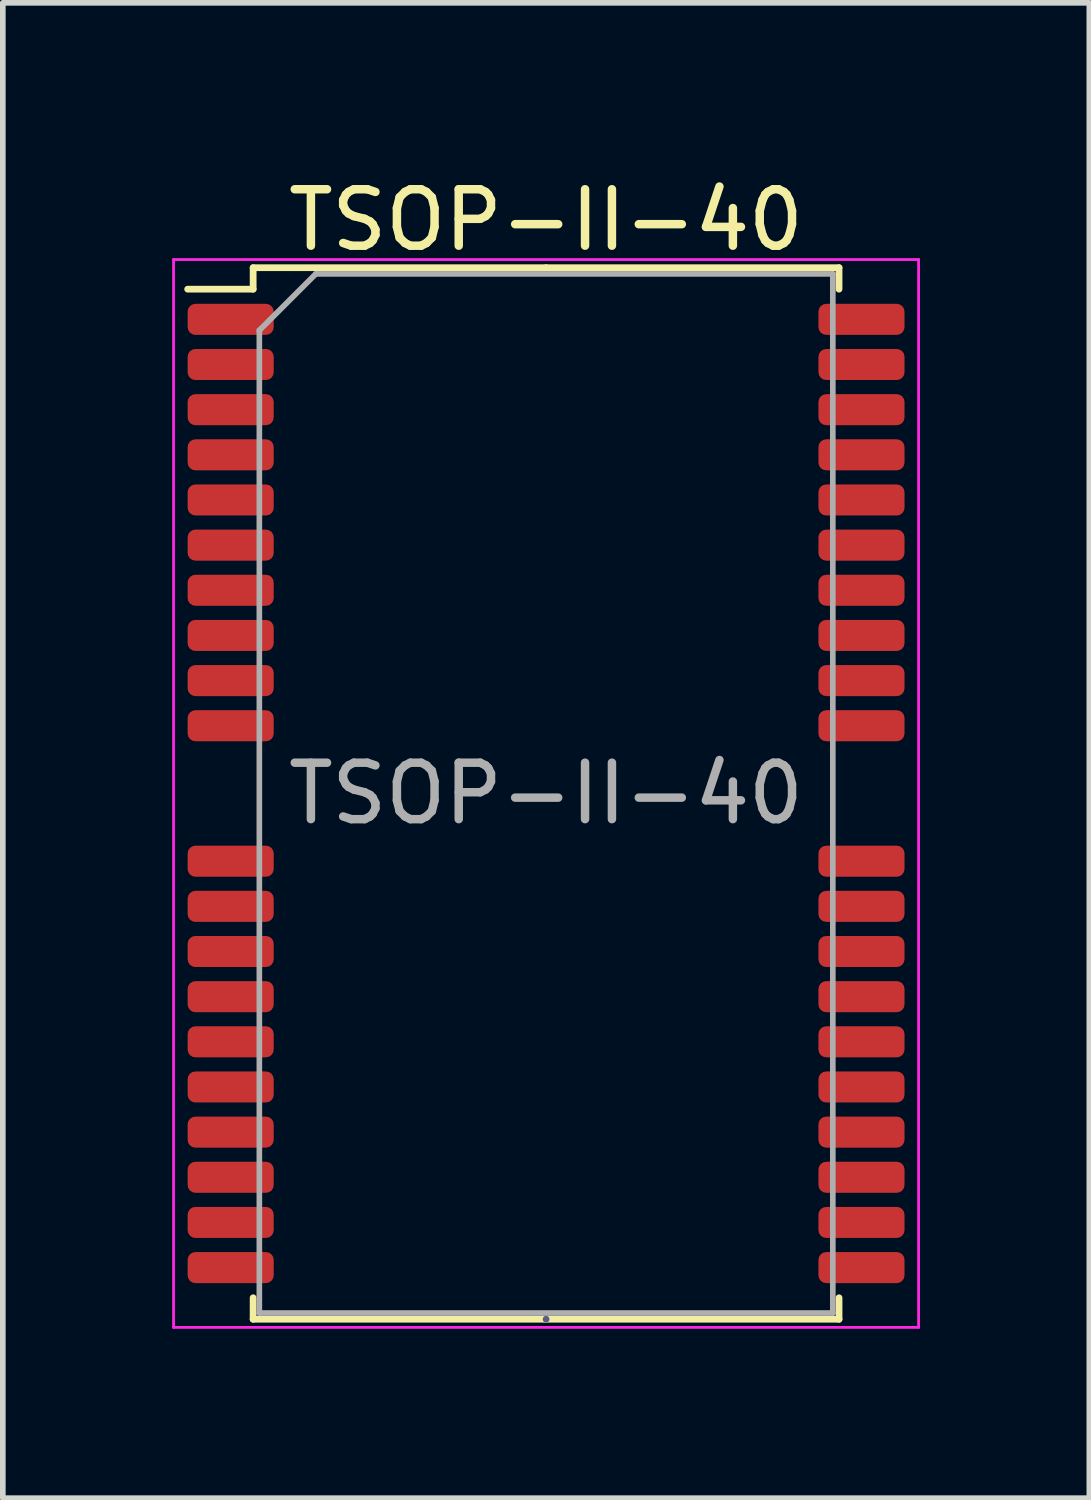
<source format=kicad_pcb>
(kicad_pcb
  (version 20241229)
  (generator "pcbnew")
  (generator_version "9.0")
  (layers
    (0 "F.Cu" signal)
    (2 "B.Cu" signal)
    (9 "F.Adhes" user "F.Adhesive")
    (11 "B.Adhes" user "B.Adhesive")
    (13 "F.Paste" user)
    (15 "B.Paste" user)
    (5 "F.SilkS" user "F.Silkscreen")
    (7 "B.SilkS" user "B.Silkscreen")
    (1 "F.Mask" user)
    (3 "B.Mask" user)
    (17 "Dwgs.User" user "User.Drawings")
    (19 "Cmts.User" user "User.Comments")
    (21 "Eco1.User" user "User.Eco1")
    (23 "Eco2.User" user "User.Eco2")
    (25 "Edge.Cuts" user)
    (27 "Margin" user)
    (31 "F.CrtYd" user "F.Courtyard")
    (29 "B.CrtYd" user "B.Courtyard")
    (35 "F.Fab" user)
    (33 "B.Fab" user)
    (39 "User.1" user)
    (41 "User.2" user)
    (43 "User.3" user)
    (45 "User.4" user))
  (footprint "TSOP-II-40"
    (layer "F.Cu")
    (at 6.625 11.008)
    (property "Reference" "TSOP-II-40" (at 0 -10.16 0) (layer "F.SilkS") (effects (font (size 1 1) (thickness 0.15))))
    (attr smd)
    (fp_line (start -5.19 -9.315) (end -5.19 -8.935) (stroke (width 0.12) (type solid)) (layer "F.SilkS"))
    (fp_line (start -5.19 -8.935) (end -6.35 -8.935) (stroke (width 0.12) (type solid)) (layer "F.SilkS"))
    (fp_line (start -5.19 9.315) (end -5.19 8.935) (stroke (width 0.12) (type solid)) (layer "F.SilkS"))
    (fp_line (start 0 -9.315) (end -5.19 -9.315) (stroke (width 0.12) (type solid)) (layer "F.SilkS"))
    (fp_line (start 0 -9.315) (end 5.19 -9.315) (stroke (width 0.12) (type solid)) (layer "F.SilkS"))
    (fp_line (start 0 9.315) (end -5.19 9.315) (stroke (width 0.12) (type solid)) (layer "F.SilkS"))
    (fp_line (start 0 9.315) (end 5.19 9.315) (stroke (width 0.12) (type solid)) (layer "F.SilkS"))
    (fp_line (start 5.19 -9.315) (end 5.19 -8.935) (stroke (width 0.12) (type solid)) (layer "F.SilkS"))
    (fp_line (start 5.19 9.315) (end 5.19 8.935) (stroke (width 0.12) (type solid)) (layer "F.SilkS"))
    (fp_line (start -6.6 -9.46) (end -6.6 9.46) (stroke (width 0.05) (type solid)) (layer "F.CrtYd"))
    (fp_line (start -6.6 9.46) (end 6.6 9.46) (stroke (width 0.05) (type solid)) (layer "F.CrtYd"))
    (fp_line (start 6.6 -9.46) (end -6.6 -9.46) (stroke (width 0.05) (type solid)) (layer "F.CrtYd"))
    (fp_line (start 6.6 9.46) (end 6.6 -9.46) (stroke (width 0.05) (type solid)) (layer "F.CrtYd"))
    (fp_line (start 0 9.315) (end 0 9.315) (stroke (width 0.12) (type solid)) (layer "B.Fab"))
    (fp_line (start -5.08 -8.205) (end -4.08 -9.205) (stroke (width 0.1) (type solid)) (layer "F.Fab"))
    (fp_line (start -5.08 9.205) (end -5.08 -8.205) (stroke (width 0.1) (type solid)) (layer "F.Fab"))
    (fp_line (start -4.08 -9.205) (end 5.08 -9.205) (stroke (width 0.1) (type solid)) (layer "F.Fab"))
    (fp_line (start 5.08 -9.205) (end 5.08 9.205) (stroke (width 0.1) (type solid)) (layer "F.Fab"))
    (fp_line (start 5.08 9.205) (end -5.08 9.205) (stroke (width 0.1) (type solid)) (layer "F.Fab"))
    (fp_text user "${REFERENCE}" (at 0 0 0) (layer "F.Fab") (effects (font (size 1 1) (thickness 0.15))))
    (pad "1" smd roundrect (at -5.588 -8.4) (size 1.525 0.55) (layers "F.Cu" "F.Mask" "F.Paste") (roundrect_rratio 0.25))
    (pad "2" smd roundrect (at -5.588 -7.6) (size 1.525 0.55) (layers "F.Cu" "F.Mask" "F.Paste") (roundrect_rratio 0.25))
    (pad "3" smd roundrect (at -5.588 -6.8) (size 1.525 0.55) (layers "F.Cu" "F.Mask" "F.Paste") (roundrect_rratio 0.25))
    (pad "4" smd roundrect (at -5.588 -6) (size 1.525 0.55) (layers "F.Cu" "F.Mask" "F.Paste") (roundrect_rratio 0.25))
    (pad "5" smd roundrect (at -5.588 -5.2) (size 1.525 0.55) (layers "F.Cu" "F.Mask" "F.Paste") (roundrect_rratio 0.25))
    (pad "6" smd roundrect (at -5.588 -4.4) (size 1.525 0.55) (layers "F.Cu" "F.Mask" "F.Paste") (roundrect_rratio 0.25))
    (pad "7" smd roundrect (at -5.588 -3.6) (size 1.525 0.55) (layers "F.Cu" "F.Mask" "F.Paste") (roundrect_rratio 0.25))
    (pad "8" smd roundrect (at -5.588 -2.8) (size 1.525 0.55) (layers "F.Cu" "F.Mask" "F.Paste") (roundrect_rratio 0.25))
    (pad "9" smd roundrect (at -5.588 -2) (size 1.525 0.55) (layers "F.Cu" "F.Mask" "F.Paste") (roundrect_rratio 0.25))
    (pad "10" smd roundrect (at -5.588 -1.2) (size 1.525 0.55) (layers "F.Cu" "F.Mask" "F.Paste") (roundrect_rratio 0.25))
    (pad "11" smd roundrect (at -5.588 1.2) (size 1.525 0.55) (layers "F.Cu" "F.Mask" "F.Paste") (roundrect_rratio 0.25))
    (pad "12" smd roundrect (at -5.588 2) (size 1.525 0.55) (layers "F.Cu" "F.Mask" "F.Paste") (roundrect_rratio 0.25))
    (pad "13" smd roundrect (at -5.588 2.8) (size 1.525 0.55) (layers "F.Cu" "F.Mask" "F.Paste") (roundrect_rratio 0.25))
    (pad "14" smd roundrect (at -5.588 3.6) (size 1.525 0.55) (layers "F.Cu" "F.Mask" "F.Paste") (roundrect_rratio 0.25))
    (pad "15" smd roundrect (at -5.588 4.4) (size 1.525 0.55) (layers "F.Cu" "F.Mask" "F.Paste") (roundrect_rratio 0.25))
    (pad "16" smd roundrect (at -5.588 5.2) (size 1.525 0.55) (layers "F.Cu" "F.Mask" "F.Paste") (roundrect_rratio 0.25))
    (pad "17" smd roundrect (at -5.588 6) (size 1.525 0.55) (layers "F.Cu" "F.Mask" "F.Paste") (roundrect_rratio 0.25))
    (pad "18" smd roundrect (at -5.588 6.8) (size 1.525 0.55) (layers "F.Cu" "F.Mask" "F.Paste") (roundrect_rratio 0.25))
    (pad "19" smd roundrect (at -5.588 7.6) (size 1.525 0.55) (layers "F.Cu" "F.Mask" "F.Paste") (roundrect_rratio 0.25))
    (pad "20" smd roundrect (at -5.588 8.4) (size 1.525 0.55) (layers "F.Cu" "F.Mask" "F.Paste") (roundrect_rratio 0.25))
    (pad "21" smd roundrect (at 5.588 8.4) (size 1.525 0.55) (layers "F.Cu" "F.Mask" "F.Paste") (roundrect_rratio 0.25))
    (pad "22" smd roundrect (at 5.588 7.6) (size 1.525 0.55) (layers "F.Cu" "F.Mask" "F.Paste") (roundrect_rratio 0.25))
    (pad "23" smd roundrect (at 5.588 6.8) (size 1.525 0.55) (layers "F.Cu" "F.Mask" "F.Paste") (roundrect_rratio 0.25))
    (pad "24" smd roundrect (at 5.588 6) (size 1.525 0.55) (layers "F.Cu" "F.Mask" "F.Paste") (roundrect_rratio 0.25))
    (pad "25" smd roundrect (at 5.588 5.2) (size 1.525 0.55) (layers "F.Cu" "F.Mask" "F.Paste") (roundrect_rratio 0.25))
    (pad "26" smd roundrect (at 5.588 4.4) (size 1.525 0.55) (layers "F.Cu" "F.Mask" "F.Paste") (roundrect_rratio 0.25))
    (pad "27" smd roundrect (at 5.588 3.6) (size 1.525 0.55) (layers "F.Cu" "F.Mask" "F.Paste") (roundrect_rratio 0.25))
    (pad "28" smd roundrect (at 5.588 2.8) (size 1.525 0.55) (layers "F.Cu" "F.Mask" "F.Paste") (roundrect_rratio 0.25))
    (pad "29" smd roundrect (at 5.588 2) (size 1.525 0.55) (layers "F.Cu" "F.Mask" "F.Paste") (roundrect_rratio 0.25))
    (pad "30" smd roundrect (at 5.588 1.2) (size 1.525 0.55) (layers "F.Cu" "F.Mask" "F.Paste") (roundrect_rratio 0.25))
    (pad "31" smd roundrect (at 5.588 -1.2) (size 1.525 0.55) (layers "F.Cu" "F.Mask" "F.Paste") (roundrect_rratio 0.25))
    (pad "32" smd roundrect (at 5.588 -2) (size 1.525 0.55) (layers "F.Cu" "F.Mask" "F.Paste") (roundrect_rratio 0.25))
    (pad "33" smd roundrect (at 5.588 -2.8) (size 1.525 0.55) (layers "F.Cu" "F.Mask" "F.Paste") (roundrect_rratio 0.25))
    (pad "34" smd roundrect (at 5.588 -3.6) (size 1.525 0.55) (layers "F.Cu" "F.Mask" "F.Paste") (roundrect_rratio 0.25))
    (pad "35" smd roundrect (at 5.588 -4.4) (size 1.525 0.55) (layers "F.Cu" "F.Mask" "F.Paste") (roundrect_rratio 0.25))
    (pad "36" smd roundrect (at 5.588 -5.2) (size 1.525 0.55) (layers "F.Cu" "F.Mask" "F.Paste") (roundrect_rratio 0.25))
    (pad "37" smd roundrect (at 5.588 -6) (size 1.525 0.55) (layers "F.Cu" "F.Mask" "F.Paste") (roundrect_rratio 0.25))
    (pad "38" smd roundrect (at 5.588 -6.8) (size 1.525 0.55) (layers "F.Cu" "F.Mask" "F.Paste") (roundrect_rratio 0.25))
    (pad "39" smd roundrect (at 5.588 -7.6) (size 1.525 0.55) (layers "F.Cu" "F.Mask" "F.Paste") (roundrect_rratio 0.25))
    (pad "40" smd roundrect (at 5.588 -8.4) (size 1.525 0.55) (layers "F.Cu" "F.Mask" "F.Paste") (roundrect_rratio 0.25)))
  (gr_rect
    (start -3 -3)
    (end 16.25 23.493)
    (stroke (width 0.1) (type default))
    (fill no)
    (layer "Edge.Cuts")))
</source>
